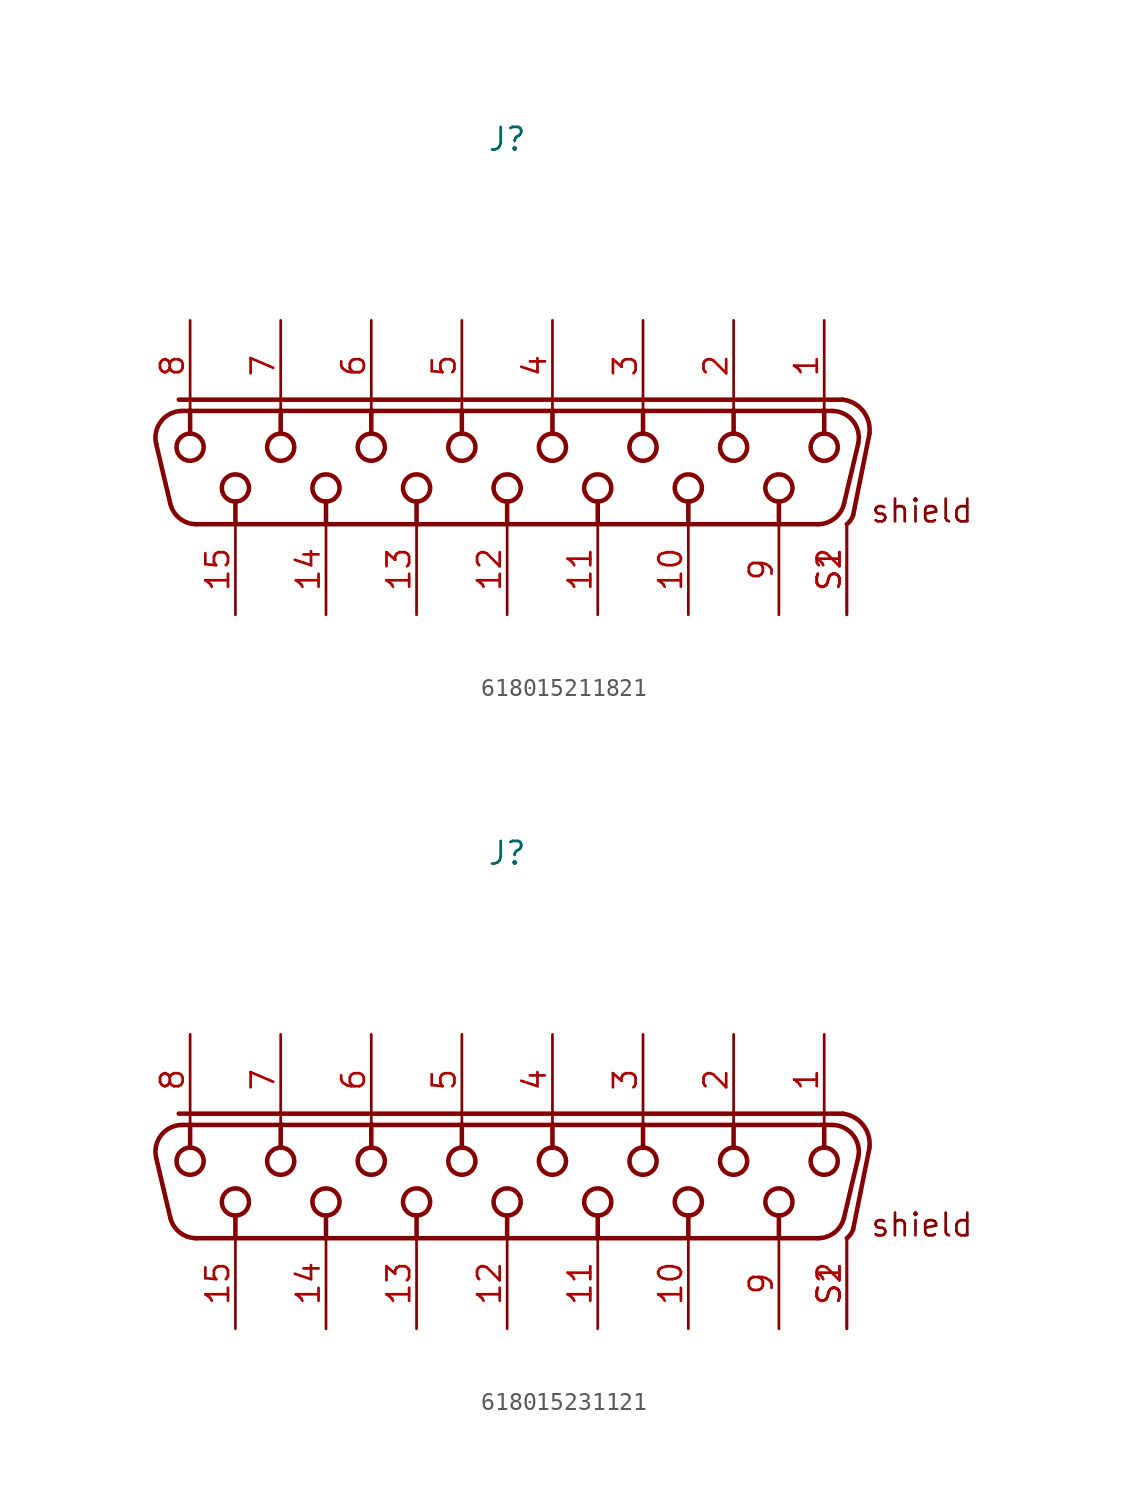
<source format=kicad_sym>
(kicad_symbol_lib
  (version 20241209)
  (generator "kicad_symbol_editor")
  (generator_version "9.0")
  (symbol "618015211821"
    (pin_names
      (hide yes))
    (property "Reference" "J"
      (at 0 17.78 0)
      (effects (font (size 1.27 1.27))))
    (symbol "618015211821_1_0"
      (polyline (pts (xy -18.893 -2.655) (xy -19.684 0.695)) (stroke (width 0.254) (type solid)) (fill (type none)))
      (polyline (pts (xy -18.415 3.175) (xy 18.82 3.175)) (stroke (width 0.254) (type solid)) (fill (type none)))
      (polyline (pts (xy -18.224 2.54) (xy 18.224 2.54)) (stroke (width 0.254) (type solid)) (fill (type none)))
      (arc (start -19.6842 0.695) (mid -19.4007 1.9707) (end -18.2243 2.54) (stroke (width 0.254) (type solid)) (fill (type none)))
      (polyline (pts (xy -17.78 2.58) (xy -17.78 1.3)) (stroke (width 0.254) (type solid)) (fill (type none)))
      (circle (center -17.78 0.508) (radius 0.762) (stroke (width 0.254) (type solid)) (fill (type none)))
      (arc (start -17.433 -3.81) (mid -18.3638 -3.4862) (end -18.8928 -2.6547) (stroke (width 0.254) (type solid)) (fill (type none)))
      (circle (center -15.24 -1.778) (radius 0.762) (stroke (width 0.254) (type solid)) (fill (type none)))
      (polyline (pts (xy -15.24 -2.54) (xy -15.24 -3.82)) (stroke (width 0.254) (type solid)) (fill (type none)))
      (polyline (pts (xy -12.7 2.58) (xy -12.7 1.3)) (stroke (width 0.254) (type solid)) (fill (type none)))
      (circle (center -12.7 0.508) (radius 0.762) (stroke (width 0.254) (type solid)) (fill (type none)))
      (circle (center -10.16 -1.778) (radius 0.762) (stroke (width 0.254) (type solid)) (fill (type none)))
      (polyline (pts (xy -10.16 -2.54) (xy -10.16 -3.82)) (stroke (width 0.254) (type solid)) (fill (type none)))
      (polyline (pts (xy -7.62 2.58) (xy -7.62 1.3)) (stroke (width 0.254) (type solid)) (fill (type none)))
      (circle (center -7.62 0.508) (radius 0.762) (stroke (width 0.254) (type solid)) (fill (type none)))
      (circle (center -5.08 -1.778) (radius 0.762) (stroke (width 0.254) (type solid)) (fill (type none)))
      (polyline (pts (xy -5.08 -2.54) (xy -5.08 -3.82)) (stroke (width 0.254) (type solid)) (fill (type none)))
      (polyline (pts (xy -2.54 2.58) (xy -2.54 1.3)) (stroke (width 0.254) (type solid)) (fill (type none)))
      (circle (center -2.54 0.508) (radius 0.762) (stroke (width 0.254) (type solid)) (fill (type none)))
      (circle (center 0 -1.778) (radius 0.762) (stroke (width 0.254) (type solid)) (fill (type none)))
      (polyline (pts (xy 0 -2.54) (xy 0 -3.82)) (stroke (width 0.254) (type solid)) (fill (type none)))
      (polyline (pts (xy 2.54 2.58) (xy 2.54 1.3)) (stroke (width 0.254) (type solid)) (fill (type none)))
      (circle (center 2.54 0.508) (radius 0.762) (stroke (width 0.254) (type solid)) (fill (type none)))
      (circle (center 5.08 -1.778) (radius 0.762) (stroke (width 0.254) (type solid)) (fill (type none)))
      (polyline (pts (xy 5.08 -2.54) (xy 5.08 -3.82)) (stroke (width 0.254) (type solid)) (fill (type none)))
      (polyline (pts (xy 7.62 2.58) (xy 7.62 1.3)) (stroke (width 0.254) (type solid)) (fill (type none)))
      (circle (center 7.62 0.508) (radius 0.762) (stroke (width 0.254) (type solid)) (fill (type none)))
      (circle (center 10.16 -1.778) (radius 0.762) (stroke (width 0.254) (type solid)) (fill (type none)))
      (polyline (pts (xy 10.16 -2.54) (xy 10.16 -3.82)) (stroke (width 0.254) (type solid)) (fill (type none)))
      (polyline (pts (xy 12.7 2.58) (xy 12.7 1.3)) (stroke (width 0.254) (type solid)) (fill (type none)))
      (circle (center 12.7 0.508) (radius 0.762) (stroke (width 0.254) (type solid)) (fill (type none)))
      (circle (center 15.24 -1.778) (radius 0.762) (stroke (width 0.254) (type solid)) (fill (type none)))
      (polyline (pts (xy 15.24 -2.54) (xy 15.24 -3.82)) (stroke (width 0.254) (type solid)) (fill (type none)))
      (arc (start 18.8928 -2.6548) (mid 18.3637 -3.4863) (end 17.4329 -3.81) (stroke (width 0.254) (type solid)) (fill (type none)))
      (polyline (pts (xy 17.433 -3.81) (xy -17.433 -3.81)) (stroke (width 0.254) (type solid)) (fill (type none)))
      (polyline (pts (xy 17.78 2.58) (xy 17.78 1.3)) (stroke (width 0.254) (type solid)) (fill (type none)))
      (circle (center 17.78 0.508) (radius 0.762) (stroke (width 0.254) (type solid)) (fill (type none)))
      (arc (start 18.2243 2.54) (mid 19.4007 1.9707) (end 19.6842 0.695) (stroke (width 0.254) (type solid)) (fill (type none)))
      (arc (start 19.4039 -3.3037) (mid 19.2648 -3.5833) (end 19.05 -3.81) (stroke (width 0.254) (type solid)) (fill (type none)))
      (arc (start 18.82 3.175) (mid 19.9664 2.5346) (end 20.32 1.27) (stroke (width 0.254) (type solid)) (fill (type none)))
      (polyline (pts (xy 19.404 -3.304) (xy 20.32 1.27)) (stroke (width 0.254) (type solid)) (fill (type none)))
      (polyline (pts (xy 19.684 0.695) (xy 18.893 -2.655)) (stroke (width 0.254) (type solid)) (fill (type none)))
      (pin passive line (at -17.78 7.62 270) (length 5.08) (name "8" (effects (font (size 1.27 1.27)))) (number "8" (effects (font (size 1.27 1.27)))))
      (pin passive line (at -15.24 -8.89 90) (length 5.08) (name "15" (effects (font (size 1.27 1.27)))) (number "15" (effects (font (size 1.27 1.27)))))
      (pin passive line (at -12.7 7.62 270) (length 5.08) (name "7" (effects (font (size 1.27 1.27)))) (number "7" (effects (font (size 1.27 1.27)))))
      (pin passive line (at -10.16 -8.89 90) (length 5.08) (name "14" (effects (font (size 1.27 1.27)))) (number "14" (effects (font (size 1.27 1.27)))))
      (pin passive line (at -7.62 7.62 270) (length 5.08) (name "6" (effects (font (size 1.27 1.27)))) (number "6" (effects (font (size 1.27 1.27)))))
      (pin passive line (at -5.08 -8.89 90) (length 5.08) (name "13" (effects (font (size 1.27 1.27)))) (number "13" (effects (font (size 1.27 1.27)))))
      (pin passive line (at -2.54 7.62 270) (length 5.08) (name "5" (effects (font (size 1.27 1.27)))) (number "5" (effects (font (size 1.27 1.27)))))
      (pin passive line (at 0 -8.89 90) (length 5.08) (name "12" (effects (font (size 1.27 1.27)))) (number "12" (effects (font (size 1.27 1.27)))))
      (pin passive line (at 2.54 7.62 270) (length 5.08) (name "4" (effects (font (size 1.27 1.27)))) (number "4" (effects (font (size 1.27 1.27)))))
      (pin passive line (at 5.08 -8.89 90) (length 5.08) (name "11" (effects (font (size 1.27 1.27)))) (number "11" (effects (font (size 1.27 1.27)))))
      (pin passive line (at 7.62 7.62 270) (length 5.08) (name "3" (effects (font (size 1.27 1.27)))) (number "3" (effects (font (size 1.27 1.27)))))
      (pin passive line (at 10.16 -8.89 90) (length 5.08) (name "10" (effects (font (size 1.27 1.27)))) (number "10" (effects (font (size 1.27 1.27)))))
      (pin passive line (at 12.7 7.62 270) (length 5.08) (name "2" (effects (font (size 1.27 1.27)))) (number "2" (effects (font (size 1.27 1.27)))))
      (pin passive line (at 15.24 -8.89 90) (length 5.08) (name "9" (effects (font (size 1.27 1.27)))) (number "9" (effects (font (size 1.27 1.27)))))
      (pin passive line (at 17.78 7.62 270) (length 5.08) (name "1" (effects (font (size 1.27 1.27)))) (number "1" (effects (font (size 1.27 1.27)))))
      (pin passive line (at 19.05 -8.89 90) (length 5.08) (name "SHIELD" (effects (font (size 1.27 1.27)))) (number "S1" (effects (font (size 1.27 1.27)))))
      (pin passive line (at 19.05 -8.89 90) (length 5.08) (name "SHIELD" (effects (font (size 1.27 1.27)))) (number "S2" (effects (font (size 1.27 1.27))))))
    (symbol "618015211821_1_1"
      (text "shield" (at 20.32 -3.81 0) (effects (font (size 1.27 1.27)) (justify left bottom)))))
  (symbol "618015231121"
    (pin_names
      (hide yes))
    (property "Reference" "J"
      (at 0 17.78 0)
      (effects (font (size 1.27 1.27))))
    (symbol "618015231121_1_0"
      (polyline (pts (xy -18.893 -2.655) (xy -19.684 0.695)) (stroke (width 0.254) (type solid)) (fill (type none)))
      (polyline (pts (xy -18.415 3.175) (xy 18.82 3.175)) (stroke (width 0.254) (type solid)) (fill (type none)))
      (polyline (pts (xy -18.224 2.54) (xy 18.224 2.54)) (stroke (width 0.254) (type solid)) (fill (type none)))
      (arc (start -19.6842 0.695) (mid -19.4007 1.9707) (end -18.2243 2.54) (stroke (width 0.254) (type solid)) (fill (type none)))
      (polyline (pts (xy -17.78 2.58) (xy -17.78 1.3)) (stroke (width 0.254) (type solid)) (fill (type none)))
      (circle (center -17.78 0.508) (radius 0.762) (stroke (width 0.254) (type solid)) (fill (type none)))
      (arc (start -17.433 -3.81) (mid -18.3638 -3.4862) (end -18.8928 -2.6547) (stroke (width 0.254) (type solid)) (fill (type none)))
      (circle (center -15.24 -1.778) (radius 0.762) (stroke (width 0.254) (type solid)) (fill (type none)))
      (polyline (pts (xy -15.24 -2.54) (xy -15.24 -3.82)) (stroke (width 0.254) (type solid)) (fill (type none)))
      (polyline (pts (xy -12.7 2.58) (xy -12.7 1.3)) (stroke (width 0.254) (type solid)) (fill (type none)))
      (circle (center -12.7 0.508) (radius 0.762) (stroke (width 0.254) (type solid)) (fill (type none)))
      (circle (center -10.16 -1.778) (radius 0.762) (stroke (width 0.254) (type solid)) (fill (type none)))
      (polyline (pts (xy -10.16 -2.54) (xy -10.16 -3.82)) (stroke (width 0.254) (type solid)) (fill (type none)))
      (polyline (pts (xy -7.62 2.58) (xy -7.62 1.3)) (stroke (width 0.254) (type solid)) (fill (type none)))
      (circle (center -7.62 0.508) (radius 0.762) (stroke (width 0.254) (type solid)) (fill (type none)))
      (circle (center -5.08 -1.778) (radius 0.762) (stroke (width 0.254) (type solid)) (fill (type none)))
      (polyline (pts (xy -5.08 -2.54) (xy -5.08 -3.82)) (stroke (width 0.254) (type solid)) (fill (type none)))
      (polyline (pts (xy -2.54 2.58) (xy -2.54 1.3)) (stroke (width 0.254) (type solid)) (fill (type none)))
      (circle (center -2.54 0.508) (radius 0.762) (stroke (width 0.254) (type solid)) (fill (type none)))
      (circle (center 0 -1.778) (radius 0.762) (stroke (width 0.254) (type solid)) (fill (type none)))
      (polyline (pts (xy 0 -2.54) (xy 0 -3.82)) (stroke (width 0.254) (type solid)) (fill (type none)))
      (polyline (pts (xy 2.54 2.58) (xy 2.54 1.3)) (stroke (width 0.254) (type solid)) (fill (type none)))
      (circle (center 2.54 0.508) (radius 0.762) (stroke (width 0.254) (type solid)) (fill (type none)))
      (circle (center 5.08 -1.778) (radius 0.762) (stroke (width 0.254) (type solid)) (fill (type none)))
      (polyline (pts (xy 5.08 -2.54) (xy 5.08 -3.82)) (stroke (width 0.254) (type solid)) (fill (type none)))
      (polyline (pts (xy 7.62 2.58) (xy 7.62 1.3)) (stroke (width 0.254) (type solid)) (fill (type none)))
      (circle (center 7.62 0.508) (radius 0.762) (stroke (width 0.254) (type solid)) (fill (type none)))
      (circle (center 10.16 -1.778) (radius 0.762) (stroke (width 0.254) (type solid)) (fill (type none)))
      (polyline (pts (xy 10.16 -2.54) (xy 10.16 -3.82)) (stroke (width 0.254) (type solid)) (fill (type none)))
      (polyline (pts (xy 12.7 2.58) (xy 12.7 1.3)) (stroke (width 0.254) (type solid)) (fill (type none)))
      (circle (center 12.7 0.508) (radius 0.762) (stroke (width 0.254) (type solid)) (fill (type none)))
      (circle (center 15.24 -1.778) (radius 0.762) (stroke (width 0.254) (type solid)) (fill (type none)))
      (polyline (pts (xy 15.24 -2.54) (xy 15.24 -3.82)) (stroke (width 0.254) (type solid)) (fill (type none)))
      (arc (start 18.8928 -2.6548) (mid 18.3637 -3.4863) (end 17.4329 -3.81) (stroke (width 0.254) (type solid)) (fill (type none)))
      (polyline (pts (xy 17.433 -3.81) (xy -17.433 -3.81)) (stroke (width 0.254) (type solid)) (fill (type none)))
      (polyline (pts (xy 17.78 2.58) (xy 17.78 1.3)) (stroke (width 0.254) (type solid)) (fill (type none)))
      (circle (center 17.78 0.508) (radius 0.762) (stroke (width 0.254) (type solid)) (fill (type none)))
      (arc (start 18.2243 2.54) (mid 19.4007 1.9707) (end 19.6842 0.695) (stroke (width 0.254) (type solid)) (fill (type none)))
      (arc (start 19.4039 -3.3037) (mid 19.2648 -3.5833) (end 19.05 -3.81) (stroke (width 0.254) (type solid)) (fill (type none)))
      (arc (start 18.82 3.175) (mid 19.9664 2.5346) (end 20.32 1.27) (stroke (width 0.254) (type solid)) (fill (type none)))
      (polyline (pts (xy 19.404 -3.304) (xy 20.32 1.27)) (stroke (width 0.254) (type solid)) (fill (type none)))
      (polyline (pts (xy 19.684 0.695) (xy 18.893 -2.655)) (stroke (width 0.254) (type solid)) (fill (type none)))
      (pin passive line (at -17.78 7.62 270) (length 5.08) (name "8" (effects (font (size 1.27 1.27)))) (number "8" (effects (font (size 1.27 1.27)))))
      (pin passive line (at -15.24 -8.89 90) (length 5.08) (name "15" (effects (font (size 1.27 1.27)))) (number "15" (effects (font (size 1.27 1.27)))))
      (pin passive line (at -12.7 7.62 270) (length 5.08) (name "7" (effects (font (size 1.27 1.27)))) (number "7" (effects (font (size 1.27 1.27)))))
      (pin passive line (at -10.16 -8.89 90) (length 5.08) (name "14" (effects (font (size 1.27 1.27)))) (number "14" (effects (font (size 1.27 1.27)))))
      (pin passive line (at -7.62 7.62 270) (length 5.08) (name "6" (effects (font (size 1.27 1.27)))) (number "6" (effects (font (size 1.27 1.27)))))
      (pin passive line (at -5.08 -8.89 90) (length 5.08) (name "13" (effects (font (size 1.27 1.27)))) (number "13" (effects (font (size 1.27 1.27)))))
      (pin passive line (at -2.54 7.62 270) (length 5.08) (name "5" (effects (font (size 1.27 1.27)))) (number "5" (effects (font (size 1.27 1.27)))))
      (pin passive line (at 0 -8.89 90) (length 5.08) (name "12" (effects (font (size 1.27 1.27)))) (number "12" (effects (font (size 1.27 1.27)))))
      (pin passive line (at 2.54 7.62 270) (length 5.08) (name "4" (effects (font (size 1.27 1.27)))) (number "4" (effects (font (size 1.27 1.27)))))
      (pin passive line (at 5.08 -8.89 90) (length 5.08) (name "11" (effects (font (size 1.27 1.27)))) (number "11" (effects (font (size 1.27 1.27)))))
      (pin passive line (at 7.62 7.62 270) (length 5.08) (name "3" (effects (font (size 1.27 1.27)))) (number "3" (effects (font (size 1.27 1.27)))))
      (pin passive line (at 10.16 -8.89 90) (length 5.08) (name "10" (effects (font (size 1.27 1.27)))) (number "10" (effects (font (size 1.27 1.27)))))
      (pin passive line (at 12.7 7.62 270) (length 5.08) (name "2" (effects (font (size 1.27 1.27)))) (number "2" (effects (font (size 1.27 1.27)))))
      (pin passive line (at 15.24 -8.89 90) (length 5.08) (name "9" (effects (font (size 1.27 1.27)))) (number "9" (effects (font (size 1.27 1.27)))))
      (pin passive line (at 17.78 7.62 270) (length 5.08) (name "1" (effects (font (size 1.27 1.27)))) (number "1" (effects (font (size 1.27 1.27)))))
      (pin passive line (at 19.05 -8.89 90) (length 5.08) (name "SHIELD" (effects (font (size 1.27 1.27)))) (number "S1" (effects (font (size 1.27 1.27)))))
      (pin passive line (at 19.05 -8.89 90) (length 5.08) (name "SHIELD" (effects (font (size 1.27 1.27)))) (number "S2" (effects (font (size 1.27 1.27))))))
    (symbol "618015231121_1_1"
      (text "shield" (at 20.32 -3.81 0) (effects (font (size 1.27 1.27)) (justify left bottom))))))
</source>
